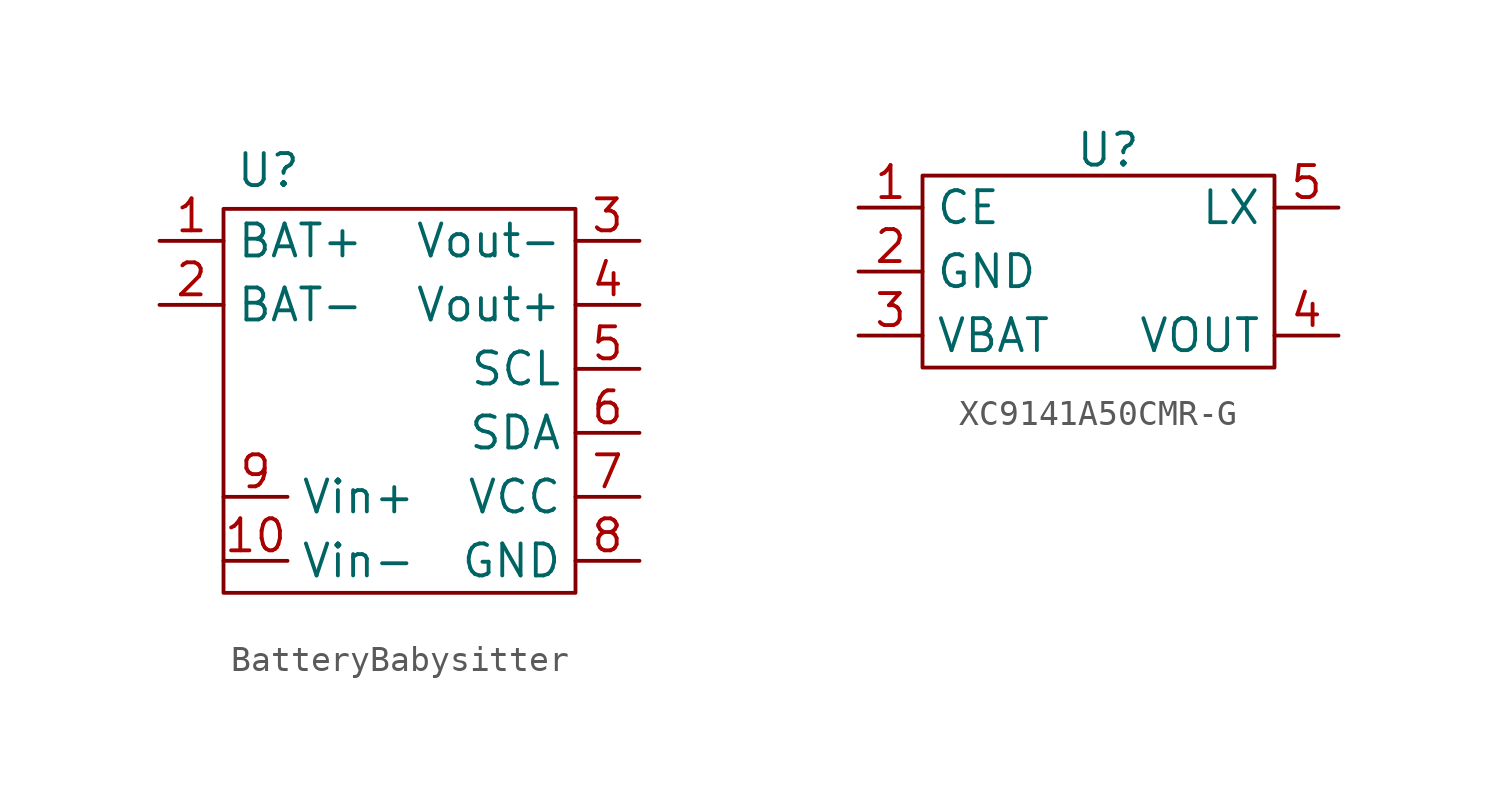
<source format=kicad_sym>
(kicad_symbol_lib
  (version 20231120)
  (generator "kicad_symbol_editor")
  (generator_version "8.0")
  (symbol "BatteryBabysitter"
    (property "Reference" "U"
      (at -4.572 9.144 0)
      (effects (font (size 1.27 1.27))))
    (property "Value" ""
      (at -3.81 6.35 0)
      (effects (font (size 1.27 1.27))))
    (symbol "BatteryBabysitter_0_1"
      (rectangle (start -6.35 7.62) (end 7.62 -7.62) (stroke (width 0) (type default)) (fill (type none))))
    (symbol "BatteryBabysitter_1_1"
      (pin power_in line (at -8.89 6.35 0) (length 2.54) (name "BAT+" (effects (font (size 1.27 1.27)))) (number "1" (effects (font (size 1.27 1.27)))))
      (pin power_in line (at -6.35 -6.35 0) (length 2.54) (name "Vin-" (effects (font (size 1.27 1.27)))) (number "10" (effects (font (size 1.27 1.27)))))
      (pin power_in line (at -8.89 3.81 0) (length 2.54) (name "BAT-" (effects (font (size 1.27 1.27)))) (number "2" (effects (font (size 1.27 1.27)))))
      (pin power_out line (at 10.16 6.35 180) (length 2.54) (name "Vout-" (effects (font (size 1.27 1.27)))) (number "3" (effects (font (size 1.27 1.27)))))
      (pin power_out line (at 10.16 3.81 180) (length 2.54) (name "Vout+" (effects (font (size 1.27 1.27)))) (number "4" (effects (font (size 1.27 1.27)))))
      (pin bidirectional line (at 10.16 1.27 180) (length 2.54) (name "SCL" (effects (font (size 1.27 1.27)))) (number "5" (effects (font (size 1.27 1.27)))))
      (pin bidirectional line (at 10.16 -1.27 180) (length 2.54) (name "SDA" (effects (font (size 1.27 1.27)))) (number "6" (effects (font (size 1.27 1.27)))))
      (pin power_in line (at 10.16 -3.81 180) (length 2.54) (name "VCC" (effects (font (size 1.27 1.27)))) (number "7" (effects (font (size 1.27 1.27)))))
      (pin power_out line (at 10.16 -6.35 180) (length 2.54) (name "GND" (effects (font (size 1.27 1.27)))) (number "8" (effects (font (size 1.27 1.27)))))
      (pin power_in line (at -6.35 -3.81 0) (length 2.54) (name "Vin+" (effects (font (size 1.27 1.27)))) (number "9" (effects (font (size 1.27 1.27)))))))
  (symbol "XC9141A50CMR-G"
    (property "Reference" "U"
      (at -0.254 4.826 0)
      (effects (font (size 1.27 1.27))))
    (property "Value" ""
      (at -3.81 4.826 0)
      (effects (font (size 1.27 1.27))))
    (symbol "XC9141A50CMR-G_0_1"
      (rectangle (start -7.62 3.81) (end 6.35 -3.81) (stroke (width 0) (type default)) (fill (type none))))
    (symbol "XC9141A50CMR-G_1_1"
      (pin input line (at -10.16 2.54 0) (length 2.54) (name "CE" (effects (font (size 1.27 1.27)))) (number "1" (effects (font (size 1.27 1.27)))))
      (pin power_in line (at -10.16 0 0) (length 2.54) (name "GND" (effects (font (size 1.27 1.27)))) (number "2" (effects (font (size 1.27 1.27)))))
      (pin power_in line (at -10.16 -2.54 0) (length 2.54) (name "VBAT" (effects (font (size 1.27 1.27)))) (number "3" (effects (font (size 1.27 1.27)))))
      (pin power_out line (at 8.89 -2.54 180) (length 2.54) (name "VOUT" (effects (font (size 1.27 1.27)))) (number "4" (effects (font (size 1.27 1.27)))))
      (pin input line (at 8.89 2.54 180) (length 2.54) (name "LX" (effects (font (size 1.27 1.27)))) (number "5" (effects (font (size 1.27 1.27))))))))
</source>
